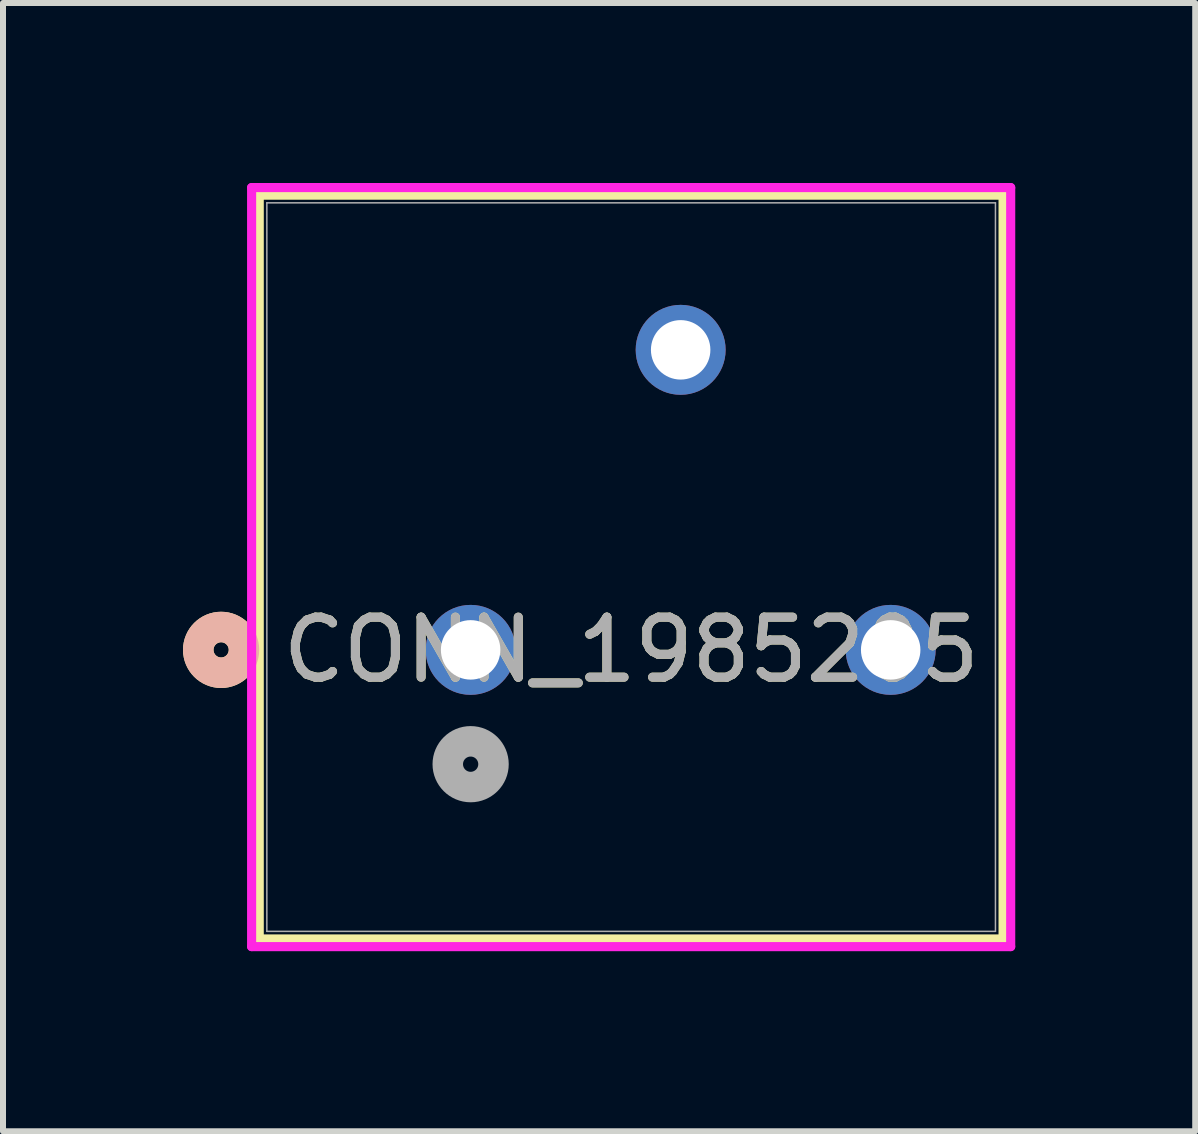
<source format=kicad_pcb>
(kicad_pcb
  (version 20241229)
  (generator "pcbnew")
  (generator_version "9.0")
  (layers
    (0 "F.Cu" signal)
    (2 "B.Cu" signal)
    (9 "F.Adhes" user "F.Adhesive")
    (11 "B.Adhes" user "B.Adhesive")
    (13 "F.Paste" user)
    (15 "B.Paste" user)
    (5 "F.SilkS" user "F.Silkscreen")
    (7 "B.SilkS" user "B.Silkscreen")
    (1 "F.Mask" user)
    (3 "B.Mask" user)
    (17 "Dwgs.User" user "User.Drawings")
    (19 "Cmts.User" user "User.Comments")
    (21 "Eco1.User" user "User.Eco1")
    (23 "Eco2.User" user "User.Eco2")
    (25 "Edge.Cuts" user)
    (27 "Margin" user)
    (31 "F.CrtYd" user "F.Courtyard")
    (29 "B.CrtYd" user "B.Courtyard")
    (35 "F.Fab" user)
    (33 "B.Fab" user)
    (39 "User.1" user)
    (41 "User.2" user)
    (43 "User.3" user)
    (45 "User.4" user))
  (footprint "CONN_1985205"
    (layer "F.Cu")
    (at 10.143 7.78)
    (property "Reference" "CONN_1985205" (at -2.675 0 0) (unlocked yes) (layer "F.SilkS") (effects (font (size 1 1) (thickness 0.15))))
    (attr through_hole)
    (fp_line (start -8.873 -7.577) (end -8.873 4.818) (stroke (width 0.152) (type solid)) (layer "F.SilkS"))
    (fp_line (start -8.873 4.818) (end 3.523 4.818) (stroke (width 0.152) (type solid)) (layer "F.SilkS"))
    (fp_line (start 3.523 -7.577) (end -8.873 -7.577) (stroke (width 0.152) (type solid)) (layer "F.SilkS"))
    (fp_line (start 3.523 4.818) (end 3.523 -7.577) (stroke (width 0.152) (type solid)) (layer "F.SilkS"))
    (fp_circle (center -9.508 0) (end -9.127 0) (stroke (width 0.508) (type solid)) (fill no) (layer "F.SilkS"))
    (fp_circle (center -9.508 0) (end -9.127 0) (stroke (width 0.508) (type solid)) (fill no) (layer "B.SilkS"))
    (fp_line (start -9 -7.704) (end -9 4.945) (stroke (width 0.152) (type solid)) (layer "F.CrtYd"))
    (fp_line (start -9 4.945) (end 3.65 4.945) (stroke (width 0.152) (type solid)) (layer "F.CrtYd"))
    (fp_line (start 3.65 -7.704) (end -9 -7.704) (stroke (width 0.152) (type solid)) (layer "F.CrtYd"))
    (fp_line (start 3.65 4.945) (end 3.65 -7.704) (stroke (width 0.152) (type solid)) (layer "F.CrtYd"))
    (fp_line (start -8.746 -7.45) (end -8.746 4.691) (stroke (width 0.025) (type solid)) (layer "F.Fab"))
    (fp_line (start -8.746 4.691) (end 3.396 4.691) (stroke (width 0.025) (type solid)) (layer "F.Fab"))
    (fp_line (start 3.396 -7.45) (end -8.746 -7.45) (stroke (width 0.025) (type solid)) (layer "F.Fab"))
    (fp_line (start 3.396 4.691) (end 3.396 -7.45) (stroke (width 0.025) (type solid)) (layer "F.Fab"))
    (fp_circle (center -5.35 1.905) (end -4.969 1.905) (stroke (width 0.508) (type solid)) (fill no) (layer "F.Fab"))
    (fp_text user "${REFERENCE}" (at -2.675 0 0) (unlocked yes) (layer "F.Fab") (effects (font (size 1 1) (thickness 0.15))))
    (pad "1" thru_hole circle (at -5.35 0) (size 1.499 1.499) (drill 0.991) (layers "*.Cu" "*.Mask"))
    (pad "2" thru_hole circle (at -1.85 -5) (size 1.499 1.499) (drill 0.991) (layers "*.Cu" "*.Mask"))
    (pad "3" thru_hole circle (at 1.65 0) (size 1.499 1.499) (drill 0.991) (layers "*.Cu" "*.Mask")))
  (gr_rect
    (start -3 -3)
    (end 16.868 15.802)
    (stroke (width 0.1) (type default))
    (fill no)
    (layer "Edge.Cuts")))
</source>
